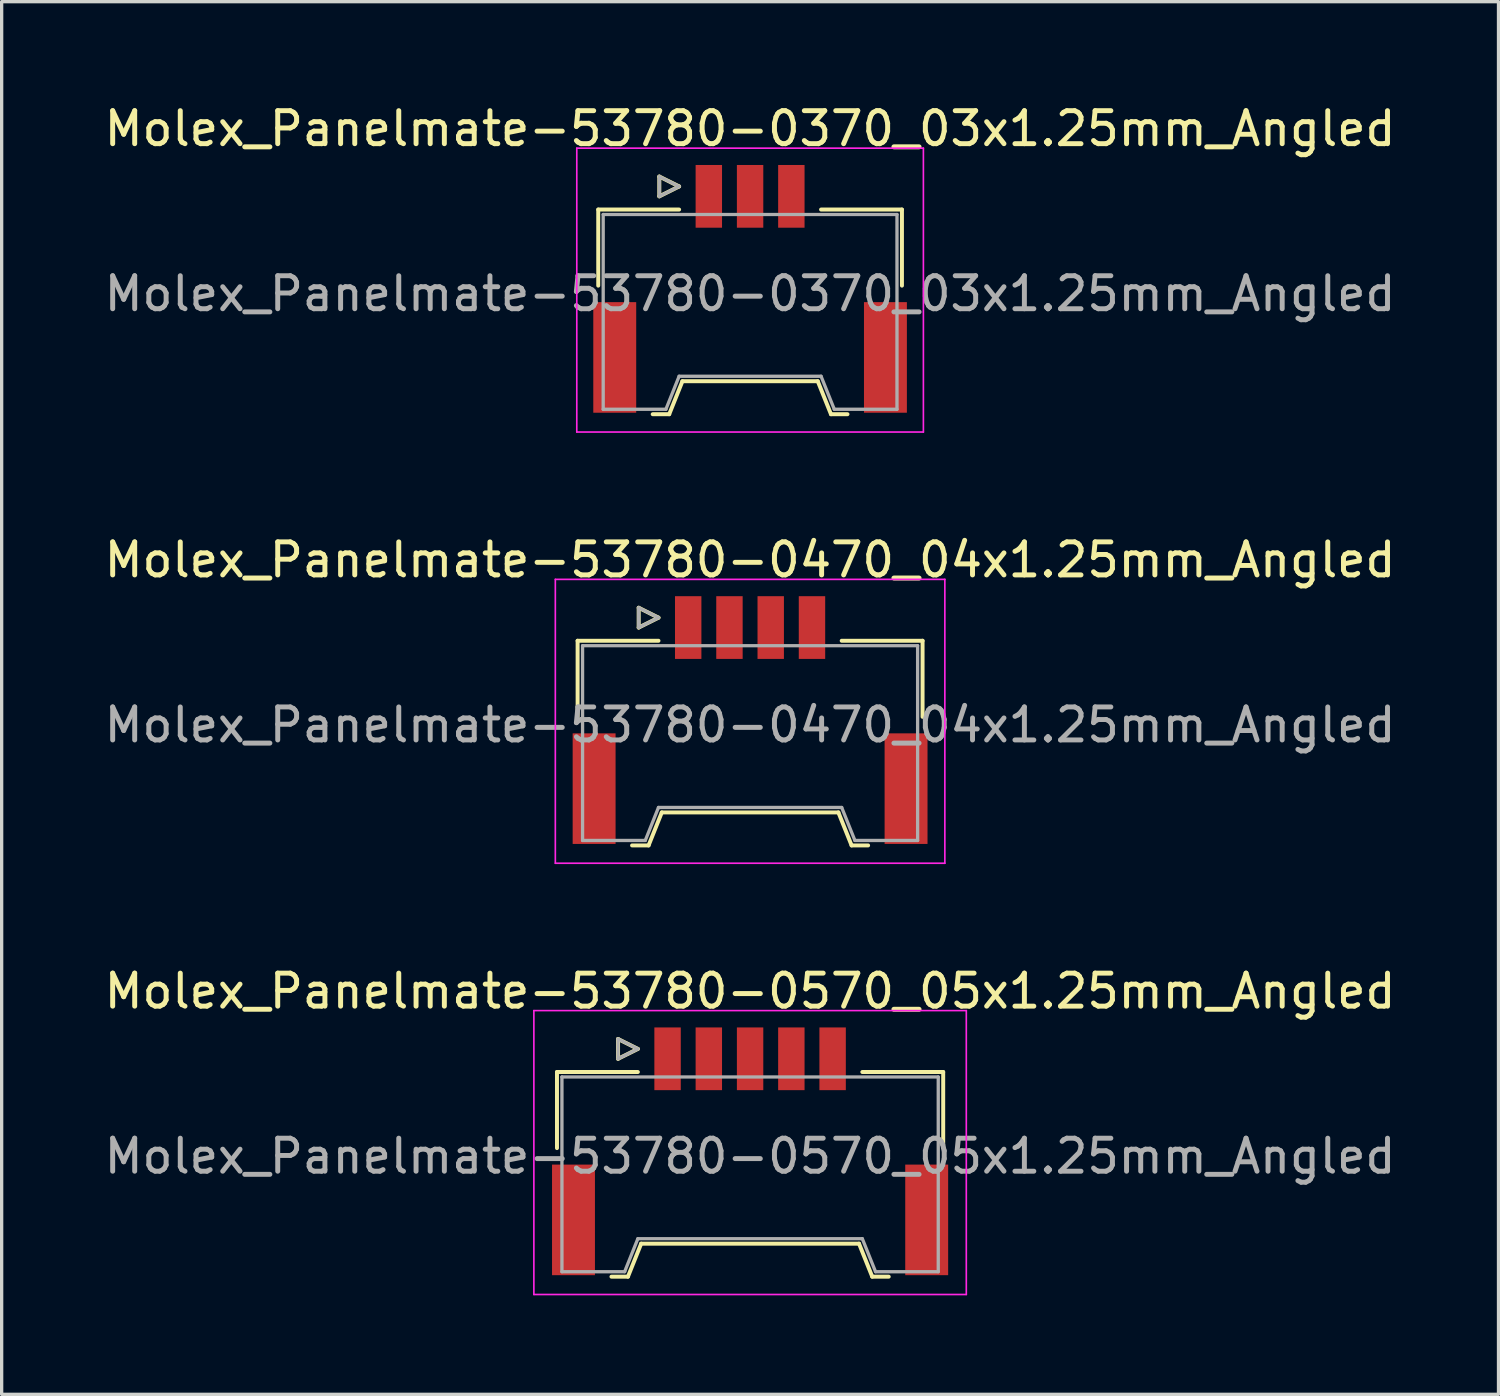
<source format=kicad_pcb>
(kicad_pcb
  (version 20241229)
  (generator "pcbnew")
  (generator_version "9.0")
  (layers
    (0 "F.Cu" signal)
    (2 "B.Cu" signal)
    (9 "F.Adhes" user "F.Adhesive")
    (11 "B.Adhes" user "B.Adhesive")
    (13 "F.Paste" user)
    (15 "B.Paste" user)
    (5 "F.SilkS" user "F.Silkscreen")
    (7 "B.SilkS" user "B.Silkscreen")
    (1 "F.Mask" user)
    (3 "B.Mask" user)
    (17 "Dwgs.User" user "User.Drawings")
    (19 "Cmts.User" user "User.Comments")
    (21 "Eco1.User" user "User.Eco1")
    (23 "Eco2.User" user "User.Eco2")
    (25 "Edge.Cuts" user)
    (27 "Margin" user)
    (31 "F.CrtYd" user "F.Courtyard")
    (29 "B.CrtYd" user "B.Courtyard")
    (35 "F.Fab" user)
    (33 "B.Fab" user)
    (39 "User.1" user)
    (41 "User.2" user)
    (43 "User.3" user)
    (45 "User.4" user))
  (footprint "Molex_Panelmate-53780-0470_04x1.25mm_Angled"
    (layer "F.Cu")
    (at 19.673 18.401)
    (property "Reference" "Molex_Panelmate-53780-0470_04x1.25mm_Angled" (at 0 -4.49 0) (layer "F.SilkS") (effects (font (size 1 1) (thickness 0.15))))
    (attr smd)
    (fp_line (start -5.225 -2.04) (end -5.225 0.265) (stroke (width 0.12) (type solid)) (layer "F.SilkS"))
    (fp_line (start -3.575 4.16) (end -3.075 4.16) (stroke (width 0.12) (type solid)) (layer "F.SilkS"))
    (fp_line (start -3.375 -3.04) (end -3.375 -2.44) (stroke (width 0.12) (type solid)) (layer "F.SilkS"))
    (fp_line (start -3.375 -2.44) (end -2.775 -2.74) (stroke (width 0.12) (type solid)) (layer "F.SilkS"))
    (fp_line (start -3.075 4.16) (end -2.675 3.16) (stroke (width 0.12) (type solid)) (layer "F.SilkS"))
    (fp_line (start -2.775 -2.74) (end -3.375 -3.04) (stroke (width 0.12) (type solid)) (layer "F.SilkS"))
    (fp_line (start -2.775 -2.04) (end -5.225 -2.04) (stroke (width 0.12) (type solid)) (layer "F.SilkS"))
    (fp_line (start -2.675 3.16) (end 2.675 3.16) (stroke (width 0.12) (type solid)) (layer "F.SilkS"))
    (fp_line (start 2.675 3.16) (end 3.075 4.16) (stroke (width 0.12) (type solid)) (layer "F.SilkS"))
    (fp_line (start 2.775 -2.04) (end 5.225 -2.04) (stroke (width 0.12) (type solid)) (layer "F.SilkS"))
    (fp_line (start 3.075 4.16) (end 3.575 4.16) (stroke (width 0.12) (type solid)) (layer "F.SilkS"))
    (fp_line (start 5.225 -2.04) (end 5.225 0.265) (stroke (width 0.12) (type solid)) (layer "F.SilkS"))
    (fp_line (start -5.9 -3.9) (end -5.9 4.7) (stroke (width 0.05) (type solid)) (layer "F.CrtYd"))
    (fp_line (start -5.9 4.7) (end 5.9 4.7) (stroke (width 0.05) (type solid)) (layer "F.CrtYd"))
    (fp_line (start 5.9 -3.9) (end -5.9 -3.9) (stroke (width 0.05) (type solid)) (layer "F.CrtYd"))
    (fp_line (start 5.9 4.7) (end 5.9 -3.9) (stroke (width 0.05) (type solid)) (layer "F.CrtYd"))
    (fp_line (start -5.075 -1.89) (end -5.075 4.01) (stroke (width 0.1) (type solid)) (layer "F.Fab"))
    (fp_line (start -5.075 4.01) (end -3.175 4.01) (stroke (width 0.1) (type solid)) (layer "F.Fab"))
    (fp_line (start -3.375 -3.04) (end -3.375 -2.44) (stroke (width 0.1) (type solid)) (layer "F.Fab"))
    (fp_line (start -3.375 -2.44) (end -2.775 -2.74) (stroke (width 0.1) (type solid)) (layer "F.Fab"))
    (fp_line (start -3.175 4.01) (end -2.775 3.01) (stroke (width 0.1) (type solid)) (layer "F.Fab"))
    (fp_line (start -2.775 -2.74) (end -3.375 -3.04) (stroke (width 0.1) (type solid)) (layer "F.Fab"))
    (fp_line (start -2.775 3.01) (end 2.775 3.01) (stroke (width 0.1) (type solid)) (layer "F.Fab"))
    (fp_line (start 2.775 3.01) (end 3.175 4.01) (stroke (width 0.1) (type solid)) (layer "F.Fab"))
    (fp_line (start 3.175 4.01) (end 5.075 4.01) (stroke (width 0.1) (type solid)) (layer "F.Fab"))
    (fp_line (start 5.075 -1.89) (end -5.075 -1.89) (stroke (width 0.1) (type solid)) (layer "F.Fab"))
    (fp_line (start 5.075 4.01) (end 5.075 -1.89) (stroke (width 0.1) (type solid)) (layer "F.Fab"))
    (fp_text user "${REFERENCE}" (at 0 0.51 0) (layer "F.Fab") (effects (font (size 1 1) (thickness 0.15))))
    (pad "" smd rect (at -4.725 2.44) (size 1.3 3.35) (layers "F.Cu" "F.Mask" "F.Paste"))
    (pad "" smd rect (at 4.725 2.44) (size 1.3 3.35) (layers "F.Cu" "F.Mask" "F.Paste"))
    (pad "1" smd rect (at -1.875 -2.44) (size 0.8 1.9) (layers "F.Cu" "F.Mask" "F.Paste"))
    (pad "2" smd rect (at -0.625 -2.44) (size 0.8 1.9) (layers "F.Cu" "F.Mask" "F.Paste"))
    (pad "3" smd rect (at 0.625 -2.44) (size 0.8 1.9) (layers "F.Cu" "F.Mask" "F.Paste"))
    (pad "4" smd rect (at 1.875 -2.44) (size 0.8 1.9) (layers "F.Cu" "F.Mask" "F.Paste")))
  (footprint "Molex_Panelmate-53780-0570_05x1.25mm_Angled"
    (layer "F.Cu")
    (at 19.673 31.465)
    (property "Reference" "Molex_Panelmate-53780-0570_05x1.25mm_Angled" (at 0 -4.49 0) (layer "F.SilkS") (effects (font (size 1 1) (thickness 0.15))))
    (attr smd)
    (fp_line (start -5.85 -2.04) (end -5.85 0.265) (stroke (width 0.12) (type solid)) (layer "F.SilkS"))
    (fp_line (start -4.2 4.16) (end -3.7 4.16) (stroke (width 0.12) (type solid)) (layer "F.SilkS"))
    (fp_line (start -4 -3.04) (end -4 -2.44) (stroke (width 0.12) (type solid)) (layer "F.SilkS"))
    (fp_line (start -4 -2.44) (end -3.4 -2.74) (stroke (width 0.12) (type solid)) (layer "F.SilkS"))
    (fp_line (start -3.7 4.16) (end -3.3 3.16) (stroke (width 0.12) (type solid)) (layer "F.SilkS"))
    (fp_line (start -3.4 -2.74) (end -4 -3.04) (stroke (width 0.12) (type solid)) (layer "F.SilkS"))
    (fp_line (start -3.4 -2.04) (end -5.85 -2.04) (stroke (width 0.12) (type solid)) (layer "F.SilkS"))
    (fp_line (start -3.3 3.16) (end 3.3 3.16) (stroke (width 0.12) (type solid)) (layer "F.SilkS"))
    (fp_line (start 3.3 3.16) (end 3.7 4.16) (stroke (width 0.12) (type solid)) (layer "F.SilkS"))
    (fp_line (start 3.4 -2.04) (end 5.85 -2.04) (stroke (width 0.12) (type solid)) (layer "F.SilkS"))
    (fp_line (start 3.7 4.16) (end 4.2 4.16) (stroke (width 0.12) (type solid)) (layer "F.SilkS"))
    (fp_line (start 5.85 -2.04) (end 5.85 0.265) (stroke (width 0.12) (type solid)) (layer "F.SilkS"))
    (fp_line (start -6.55 -3.9) (end -6.55 4.7) (stroke (width 0.05) (type solid)) (layer "F.CrtYd"))
    (fp_line (start -6.55 4.7) (end 6.55 4.7) (stroke (width 0.05) (type solid)) (layer "F.CrtYd"))
    (fp_line (start 6.55 -3.9) (end -6.55 -3.9) (stroke (width 0.05) (type solid)) (layer "F.CrtYd"))
    (fp_line (start 6.55 4.7) (end 6.55 -3.9) (stroke (width 0.05) (type solid)) (layer "F.CrtYd"))
    (fp_line (start -5.7 -1.89) (end -5.7 4.01) (stroke (width 0.1) (type solid)) (layer "F.Fab"))
    (fp_line (start -5.7 4.01) (end -3.8 4.01) (stroke (width 0.1) (type solid)) (layer "F.Fab"))
    (fp_line (start -4 -3.04) (end -4 -2.44) (stroke (width 0.1) (type solid)) (layer "F.Fab"))
    (fp_line (start -4 -2.44) (end -3.4 -2.74) (stroke (width 0.1) (type solid)) (layer "F.Fab"))
    (fp_line (start -3.8 4.01) (end -3.4 3.01) (stroke (width 0.1) (type solid)) (layer "F.Fab"))
    (fp_line (start -3.4 -2.74) (end -4 -3.04) (stroke (width 0.1) (type solid)) (layer "F.Fab"))
    (fp_line (start -3.4 3.01) (end 3.4 3.01) (stroke (width 0.1) (type solid)) (layer "F.Fab"))
    (fp_line (start 3.4 3.01) (end 3.8 4.01) (stroke (width 0.1) (type solid)) (layer "F.Fab"))
    (fp_line (start 3.8 4.01) (end 5.7 4.01) (stroke (width 0.1) (type solid)) (layer "F.Fab"))
    (fp_line (start 5.7 -1.89) (end -5.7 -1.89) (stroke (width 0.1) (type solid)) (layer "F.Fab"))
    (fp_line (start 5.7 4.01) (end 5.7 -1.89) (stroke (width 0.1) (type solid)) (layer "F.Fab"))
    (fp_text user "${REFERENCE}" (at 0 0.51 0) (layer "F.Fab") (effects (font (size 1 1) (thickness 0.15))))
    (pad "" smd rect (at -5.35 2.44) (size 1.3 3.35) (layers "F.Cu" "F.Mask" "F.Paste"))
    (pad "" smd rect (at 5.35 2.44) (size 1.3 3.35) (layers "F.Cu" "F.Mask" "F.Paste"))
    (pad "1" smd rect (at -2.5 -2.44) (size 0.8 1.9) (layers "F.Cu" "F.Mask" "F.Paste"))
    (pad "2" smd rect (at -1.25 -2.44) (size 0.8 1.9) (layers "F.Cu" "F.Mask" "F.Paste"))
    (pad "3" smd rect (at 0 -2.44) (size 0.8 1.9) (layers "F.Cu" "F.Mask" "F.Paste"))
    (pad "4" smd rect (at 1.25 -2.44) (size 0.8 1.9) (layers "F.Cu" "F.Mask" "F.Paste"))
    (pad "5" smd rect (at 2.5 -2.44) (size 0.8 1.9) (layers "F.Cu" "F.Mask" "F.Paste")))
  (footprint "Molex_Panelmate-53780-0370_03x1.25mm_Angled"
    (layer "F.Cu")
    (at 19.673 5.338)
    (property "Reference" "Molex_Panelmate-53780-0370_03x1.25mm_Angled" (at 0 -4.49 0) (layer "F.SilkS") (effects (font (size 1 1) (thickness 0.15))))
    (attr smd)
    (fp_line (start -4.6 -2.04) (end -4.6 0.265) (stroke (width 0.12) (type solid)) (layer "F.SilkS"))
    (fp_line (start -2.95 4.16) (end -2.45 4.16) (stroke (width 0.12) (type solid)) (layer "F.SilkS"))
    (fp_line (start -2.75 -3.04) (end -2.75 -2.44) (stroke (width 0.12) (type solid)) (layer "F.SilkS"))
    (fp_line (start -2.75 -2.44) (end -2.15 -2.74) (stroke (width 0.12) (type solid)) (layer "F.SilkS"))
    (fp_line (start -2.45 4.16) (end -2.05 3.16) (stroke (width 0.12) (type solid)) (layer "F.SilkS"))
    (fp_line (start -2.15 -2.74) (end -2.75 -3.04) (stroke (width 0.12) (type solid)) (layer "F.SilkS"))
    (fp_line (start -2.15 -2.04) (end -4.6 -2.04) (stroke (width 0.12) (type solid)) (layer "F.SilkS"))
    (fp_line (start -2.05 3.16) (end 2.05 3.16) (stroke (width 0.12) (type solid)) (layer "F.SilkS"))
    (fp_line (start 2.05 3.16) (end 2.45 4.16) (stroke (width 0.12) (type solid)) (layer "F.SilkS"))
    (fp_line (start 2.15 -2.04) (end 4.6 -2.04) (stroke (width 0.12) (type solid)) (layer "F.SilkS"))
    (fp_line (start 2.45 4.16) (end 2.95 4.16) (stroke (width 0.12) (type solid)) (layer "F.SilkS"))
    (fp_line (start 4.6 -2.04) (end 4.6 0.265) (stroke (width 0.12) (type solid)) (layer "F.SilkS"))
    (fp_line (start -5.25 -3.9) (end -5.25 4.7) (stroke (width 0.05) (type solid)) (layer "F.CrtYd"))
    (fp_line (start -5.25 4.7) (end 5.25 4.7) (stroke (width 0.05) (type solid)) (layer "F.CrtYd"))
    (fp_line (start 5.25 -3.9) (end -5.25 -3.9) (stroke (width 0.05) (type solid)) (layer "F.CrtYd"))
    (fp_line (start 5.25 4.7) (end 5.25 -3.9) (stroke (width 0.05) (type solid)) (layer "F.CrtYd"))
    (fp_line (start -4.45 -1.89) (end -4.45 4.01) (stroke (width 0.1) (type solid)) (layer "F.Fab"))
    (fp_line (start -4.45 4.01) (end -2.55 4.01) (stroke (width 0.1) (type solid)) (layer "F.Fab"))
    (fp_line (start -2.75 -3.04) (end -2.75 -2.44) (stroke (width 0.1) (type solid)) (layer "F.Fab"))
    (fp_line (start -2.75 -2.44) (end -2.15 -2.74) (stroke (width 0.1) (type solid)) (layer "F.Fab"))
    (fp_line (start -2.55 4.01) (end -2.15 3.01) (stroke (width 0.1) (type solid)) (layer "F.Fab"))
    (fp_line (start -2.15 -2.74) (end -2.75 -3.04) (stroke (width 0.1) (type solid)) (layer "F.Fab"))
    (fp_line (start -2.15 3.01) (end 2.15 3.01) (stroke (width 0.1) (type solid)) (layer "F.Fab"))
    (fp_line (start 2.15 3.01) (end 2.55 4.01) (stroke (width 0.1) (type solid)) (layer "F.Fab"))
    (fp_line (start 2.55 4.01) (end 4.45 4.01) (stroke (width 0.1) (type solid)) (layer "F.Fab"))
    (fp_line (start 4.45 -1.89) (end -4.45 -1.89) (stroke (width 0.1) (type solid)) (layer "F.Fab"))
    (fp_line (start 4.45 4.01) (end 4.45 -1.89) (stroke (width 0.1) (type solid)) (layer "F.Fab"))
    (fp_text user "${REFERENCE}" (at 0 0.51 0) (layer "F.Fab") (effects (font (size 1 1) (thickness 0.15))))
    (pad "" smd rect (at -4.1 2.44) (size 1.3 3.35) (layers "F.Cu" "F.Mask" "F.Paste"))
    (pad "" smd rect (at 4.1 2.44) (size 1.3 3.35) (layers "F.Cu" "F.Mask" "F.Paste"))
    (pad "1" smd rect (at -1.25 -2.44) (size 0.8 1.9) (layers "F.Cu" "F.Mask" "F.Paste"))
    (pad "2" smd rect (at 0 -2.44) (size 0.8 1.9) (layers "F.Cu" "F.Mask" "F.Paste"))
    (pad "3" smd rect (at 1.25 -2.44) (size 0.8 1.9) (layers "F.Cu" "F.Mask" "F.Paste")))
  (gr_rect
    (start -3 -3)
    (end 42.345 39.19)
    (stroke (width 0.1) (type default))
    (fill no)
    (layer "Edge.Cuts")))
</source>
